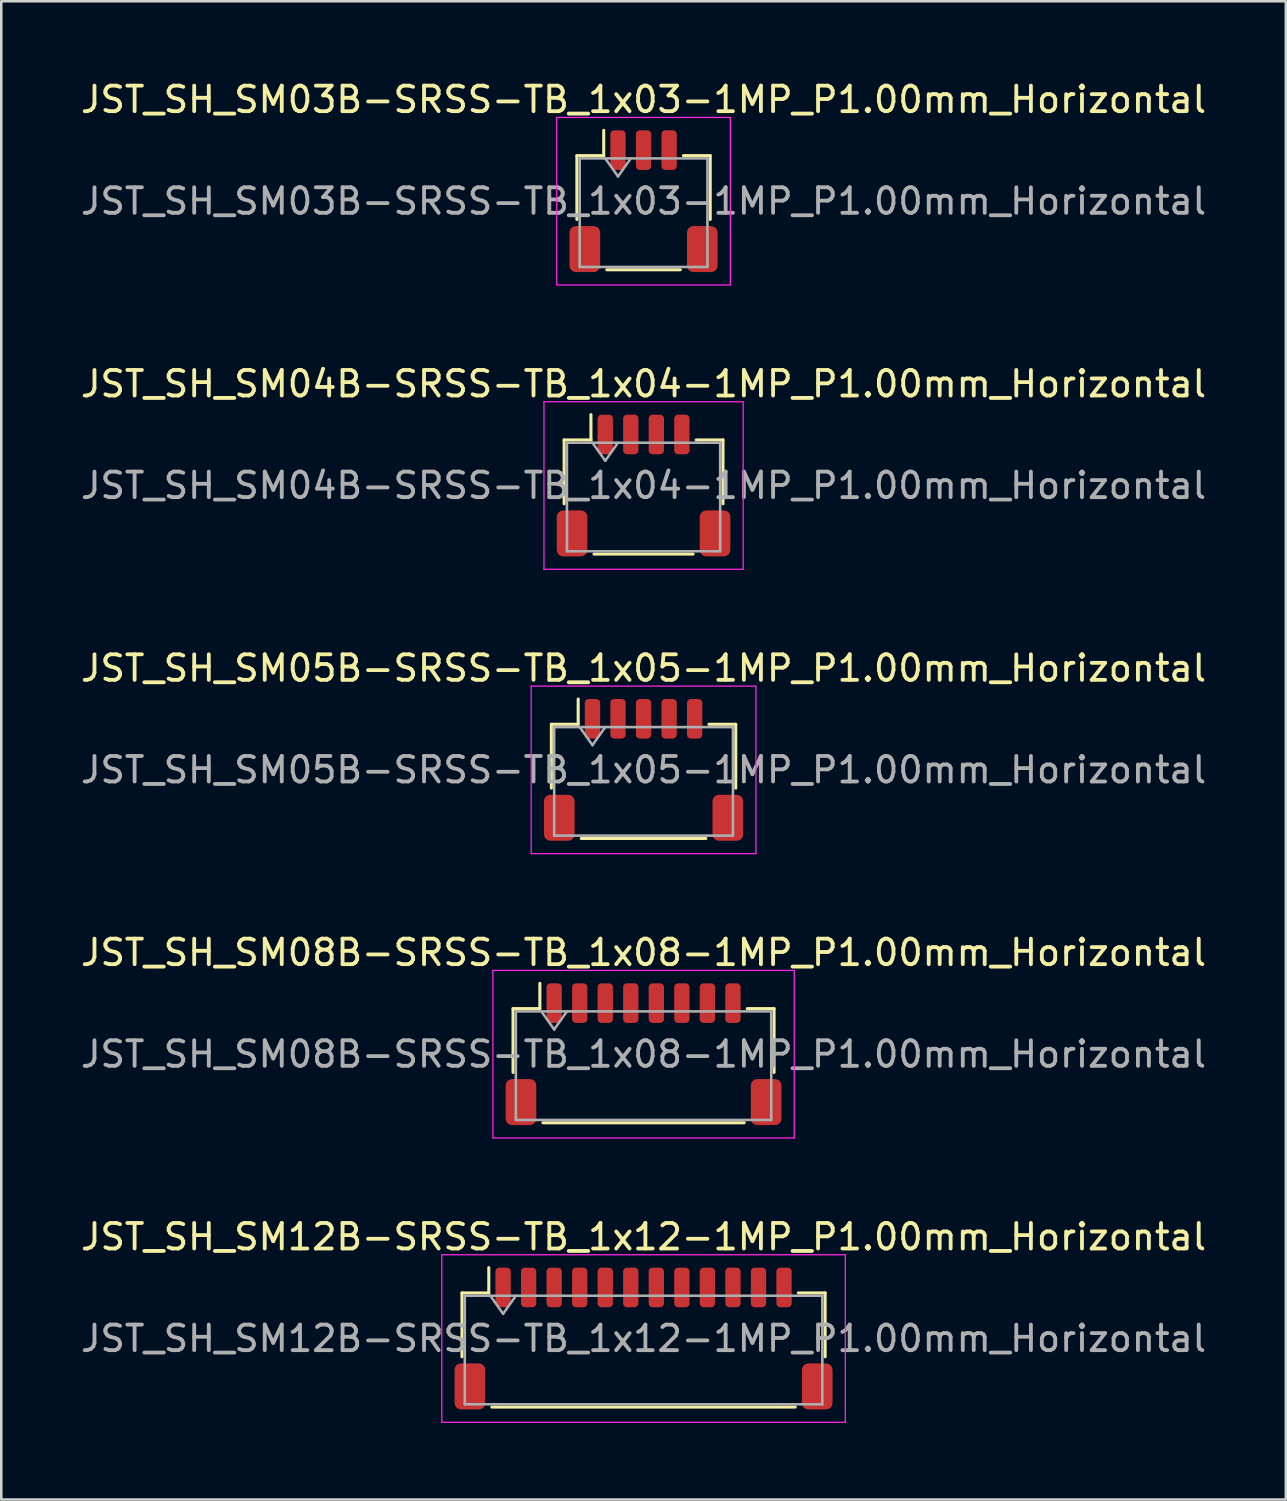
<source format=kicad_pcb>
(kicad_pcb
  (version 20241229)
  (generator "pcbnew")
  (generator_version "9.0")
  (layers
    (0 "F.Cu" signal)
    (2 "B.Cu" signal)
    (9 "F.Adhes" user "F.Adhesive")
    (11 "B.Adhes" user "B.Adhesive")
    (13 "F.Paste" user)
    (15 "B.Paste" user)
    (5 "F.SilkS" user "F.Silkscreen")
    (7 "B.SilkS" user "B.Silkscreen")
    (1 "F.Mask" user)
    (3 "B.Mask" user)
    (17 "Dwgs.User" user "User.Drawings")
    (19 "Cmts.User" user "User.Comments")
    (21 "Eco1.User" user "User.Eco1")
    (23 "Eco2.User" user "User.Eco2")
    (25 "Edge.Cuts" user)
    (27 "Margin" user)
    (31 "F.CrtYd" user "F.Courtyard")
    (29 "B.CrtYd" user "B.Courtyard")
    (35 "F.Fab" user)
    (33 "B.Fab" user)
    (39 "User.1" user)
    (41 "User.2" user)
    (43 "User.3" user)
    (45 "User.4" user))
  (footprint "JST_SH_SM03B-SRSS-TB_1x03-1MP_P1.00mm_Horizontal"
    (layer "F.Cu")
    (at 22.149 4.828)
    (property "Reference" "JST_SH_SM03B-SRSS-TB_1x03-1MP_P1.00mm_Horizontal" (at 0 -3.98 0) (layer "F.SilkS") (effects (font (size 1 1) (thickness 0.15))))
    (attr smd)
    (fp_line (start -2.61 -1.785) (end -1.56 -1.785) (stroke (width 0.12) (type solid)) (layer "F.SilkS"))
    (fp_line (start -2.61 0.715) (end -2.61 -1.785) (stroke (width 0.12) (type solid)) (layer "F.SilkS"))
    (fp_line (start -1.56 -1.785) (end -1.56 -2.775) (stroke (width 0.12) (type solid)) (layer "F.SilkS"))
    (fp_line (start -1.44 2.685) (end 1.44 2.685) (stroke (width 0.12) (type solid)) (layer "F.SilkS"))
    (fp_line (start 2.61 -1.785) (end 1.56 -1.785) (stroke (width 0.12) (type solid)) (layer "F.SilkS"))
    (fp_line (start 2.61 0.715) (end 2.61 -1.785) (stroke (width 0.12) (type solid)) (layer "F.SilkS"))
    (fp_line (start -3.4 -3.28) (end -3.4 3.28) (stroke (width 0.05) (type solid)) (layer "F.CrtYd"))
    (fp_line (start -3.4 3.28) (end 3.4 3.28) (stroke (width 0.05) (type solid)) (layer "F.CrtYd"))
    (fp_line (start 3.4 -3.28) (end -3.4 -3.28) (stroke (width 0.05) (type solid)) (layer "F.CrtYd"))
    (fp_line (start 3.4 3.28) (end 3.4 -3.28) (stroke (width 0.05) (type solid)) (layer "F.CrtYd"))
    (fp_line (start -2.5 -1.675) (end -2.5 2.575) (stroke (width 0.1) (type solid)) (layer "F.Fab"))
    (fp_line (start -2.5 -1.675) (end 2.5 -1.675) (stroke (width 0.1) (type solid)) (layer "F.Fab"))
    (fp_line (start -2.5 2.575) (end 2.5 2.575) (stroke (width 0.1) (type solid)) (layer "F.Fab"))
    (fp_line (start -1.5 -1.675) (end -1 -0.968) (stroke (width 0.1) (type solid)) (layer "F.Fab"))
    (fp_line (start -1 -0.968) (end -0.5 -1.675) (stroke (width 0.1) (type solid)) (layer "F.Fab"))
    (fp_line (start 2.5 -1.675) (end 2.5 2.575) (stroke (width 0.1) (type solid)) (layer "F.Fab"))
    (fp_text user "${REFERENCE}" (at 0 0 0) (layer "F.Fab") (effects (font (size 1 1) (thickness 0.15))))
    (pad "1" smd roundrect (at -1 -2) (size 0.6 1.55) (layers "F.Cu" "F.Mask" "F.Paste") (roundrect_rratio 0.25))
    (pad "2" smd roundrect (at 0 -2) (size 0.6 1.55) (layers "F.Cu" "F.Mask" "F.Paste") (roundrect_rratio 0.25))
    (pad "3" smd roundrect (at 1 -2) (size 0.6 1.55) (layers "F.Cu" "F.Mask" "F.Paste") (roundrect_rratio 0.25))
    (pad "MP" smd roundrect (at -2.3 1.875) (size 1.2 1.8) (layers "F.Cu" "F.Mask" "F.Paste") (roundrect_rratio 0.208))
    (pad "MP" smd roundrect (at 2.3 1.875) (size 1.2 1.8) (layers "F.Cu" "F.Mask" "F.Paste") (roundrect_rratio 0.208)))
  (footprint "JST_SH_SM08B-SRSS-TB_1x08-1MP_P1.00mm_Horizontal"
    (layer "F.Cu")
    (at 22.149 38.228)
    (property "Reference" "JST_SH_SM08B-SRSS-TB_1x08-1MP_P1.00mm_Horizontal" (at 0 -3.98 0) (layer "F.SilkS") (effects (font (size 1 1) (thickness 0.15))))
    (attr smd)
    (fp_line (start -5.11 -1.785) (end -4.06 -1.785) (stroke (width 0.12) (type solid)) (layer "F.SilkS"))
    (fp_line (start -5.11 0.715) (end -5.11 -1.785) (stroke (width 0.12) (type solid)) (layer "F.SilkS"))
    (fp_line (start -4.06 -1.785) (end -4.06 -2.775) (stroke (width 0.12) (type solid)) (layer "F.SilkS"))
    (fp_line (start -3.94 2.685) (end 3.94 2.685) (stroke (width 0.12) (type solid)) (layer "F.SilkS"))
    (fp_line (start 5.11 -1.785) (end 4.06 -1.785) (stroke (width 0.12) (type solid)) (layer "F.SilkS"))
    (fp_line (start 5.11 0.715) (end 5.11 -1.785) (stroke (width 0.12) (type solid)) (layer "F.SilkS"))
    (fp_line (start -5.9 -3.28) (end -5.9 3.28) (stroke (width 0.05) (type solid)) (layer "F.CrtYd"))
    (fp_line (start -5.9 3.28) (end 5.9 3.28) (stroke (width 0.05) (type solid)) (layer "F.CrtYd"))
    (fp_line (start 5.9 -3.28) (end -5.9 -3.28) (stroke (width 0.05) (type solid)) (layer "F.CrtYd"))
    (fp_line (start 5.9 3.28) (end 5.9 -3.28) (stroke (width 0.05) (type solid)) (layer "F.CrtYd"))
    (fp_line (start -5 -1.675) (end -5 2.575) (stroke (width 0.1) (type solid)) (layer "F.Fab"))
    (fp_line (start -5 -1.675) (end 5 -1.675) (stroke (width 0.1) (type solid)) (layer "F.Fab"))
    (fp_line (start -5 2.575) (end 5 2.575) (stroke (width 0.1) (type solid)) (layer "F.Fab"))
    (fp_line (start -4 -1.675) (end -3.5 -0.968) (stroke (width 0.1) (type solid)) (layer "F.Fab"))
    (fp_line (start -3.5 -0.968) (end -3 -1.675) (stroke (width 0.1) (type solid)) (layer "F.Fab"))
    (fp_line (start 5 -1.675) (end 5 2.575) (stroke (width 0.1) (type solid)) (layer "F.Fab"))
    (fp_text user "${REFERENCE}" (at 0 0 0) (layer "F.Fab") (effects (font (size 1 1) (thickness 0.15))))
    (pad "1" smd roundrect (at -3.5 -2) (size 0.6 1.55) (layers "F.Cu" "F.Mask" "F.Paste") (roundrect_rratio 0.25))
    (pad "2" smd roundrect (at -2.5 -2) (size 0.6 1.55) (layers "F.Cu" "F.Mask" "F.Paste") (roundrect_rratio 0.25))
    (pad "3" smd roundrect (at -1.5 -2) (size 0.6 1.55) (layers "F.Cu" "F.Mask" "F.Paste") (roundrect_rratio 0.25))
    (pad "4" smd roundrect (at -0.5 -2) (size 0.6 1.55) (layers "F.Cu" "F.Mask" "F.Paste") (roundrect_rratio 0.25))
    (pad "5" smd roundrect (at 0.5 -2) (size 0.6 1.55) (layers "F.Cu" "F.Mask" "F.Paste") (roundrect_rratio 0.25))
    (pad "6" smd roundrect (at 1.5 -2) (size 0.6 1.55) (layers "F.Cu" "F.Mask" "F.Paste") (roundrect_rratio 0.25))
    (pad "7" smd roundrect (at 2.5 -2) (size 0.6 1.55) (layers "F.Cu" "F.Mask" "F.Paste") (roundrect_rratio 0.25))
    (pad "8" smd roundrect (at 3.5 -2) (size 0.6 1.55) (layers "F.Cu" "F.Mask" "F.Paste") (roundrect_rratio 0.25))
    (pad "MP" smd roundrect (at -4.8 1.875) (size 1.2 1.8) (layers "F.Cu" "F.Mask" "F.Paste") (roundrect_rratio 0.208))
    (pad "MP" smd roundrect (at 4.8 1.875) (size 1.2 1.8) (layers "F.Cu" "F.Mask" "F.Paste") (roundrect_rratio 0.208)))
  (footprint "JST_SH_SM05B-SRSS-TB_1x05-1MP_P1.00mm_Horizontal"
    (layer "F.Cu")
    (at 22.149 27.095)
    (property "Reference" "JST_SH_SM05B-SRSS-TB_1x05-1MP_P1.00mm_Horizontal" (at 0 -3.98 0) (layer "F.SilkS") (effects (font (size 1 1) (thickness 0.15))))
    (attr smd)
    (fp_line (start -3.61 -1.785) (end -2.56 -1.785) (stroke (width 0.12) (type solid)) (layer "F.SilkS"))
    (fp_line (start -3.61 0.715) (end -3.61 -1.785) (stroke (width 0.12) (type solid)) (layer "F.SilkS"))
    (fp_line (start -2.56 -1.785) (end -2.56 -2.775) (stroke (width 0.12) (type solid)) (layer "F.SilkS"))
    (fp_line (start -2.44 2.685) (end 2.44 2.685) (stroke (width 0.12) (type solid)) (layer "F.SilkS"))
    (fp_line (start 3.61 -1.785) (end 2.56 -1.785) (stroke (width 0.12) (type solid)) (layer "F.SilkS"))
    (fp_line (start 3.61 0.715) (end 3.61 -1.785) (stroke (width 0.12) (type solid)) (layer "F.SilkS"))
    (fp_line (start -4.4 -3.28) (end -4.4 3.28) (stroke (width 0.05) (type solid)) (layer "F.CrtYd"))
    (fp_line (start -4.4 3.28) (end 4.4 3.28) (stroke (width 0.05) (type solid)) (layer "F.CrtYd"))
    (fp_line (start 4.4 -3.28) (end -4.4 -3.28) (stroke (width 0.05) (type solid)) (layer "F.CrtYd"))
    (fp_line (start 4.4 3.28) (end 4.4 -3.28) (stroke (width 0.05) (type solid)) (layer "F.CrtYd"))
    (fp_line (start -3.5 -1.675) (end -3.5 2.575) (stroke (width 0.1) (type solid)) (layer "F.Fab"))
    (fp_line (start -3.5 -1.675) (end 3.5 -1.675) (stroke (width 0.1) (type solid)) (layer "F.Fab"))
    (fp_line (start -3.5 2.575) (end 3.5 2.575) (stroke (width 0.1) (type solid)) (layer "F.Fab"))
    (fp_line (start -2.5 -1.675) (end -2 -0.968) (stroke (width 0.1) (type solid)) (layer "F.Fab"))
    (fp_line (start -2 -0.968) (end -1.5 -1.675) (stroke (width 0.1) (type solid)) (layer "F.Fab"))
    (fp_line (start 3.5 -1.675) (end 3.5 2.575) (stroke (width 0.1) (type solid)) (layer "F.Fab"))
    (fp_text user "${REFERENCE}" (at 0 0 0) (layer "F.Fab") (effects (font (size 1 1) (thickness 0.15))))
    (pad "1" smd roundrect (at -2 -2) (size 0.6 1.55) (layers "F.Cu" "F.Mask" "F.Paste") (roundrect_rratio 0.25))
    (pad "2" smd roundrect (at -1 -2) (size 0.6 1.55) (layers "F.Cu" "F.Mask" "F.Paste") (roundrect_rratio 0.25))
    (pad "3" smd roundrect (at 0 -2) (size 0.6 1.55) (layers "F.Cu" "F.Mask" "F.Paste") (roundrect_rratio 0.25))
    (pad "4" smd roundrect (at 1 -2) (size 0.6 1.55) (layers "F.Cu" "F.Mask" "F.Paste") (roundrect_rratio 0.25))
    (pad "5" smd roundrect (at 2 -2) (size 0.6 1.55) (layers "F.Cu" "F.Mask" "F.Paste") (roundrect_rratio 0.25))
    (pad "MP" smd roundrect (at -3.3 1.875) (size 1.2 1.8) (layers "F.Cu" "F.Mask" "F.Paste") (roundrect_rratio 0.208))
    (pad "MP" smd roundrect (at 3.3 1.875) (size 1.2 1.8) (layers "F.Cu" "F.Mask" "F.Paste") (roundrect_rratio 0.208)))
  (footprint "JST_SH_SM04B-SRSS-TB_1x04-1MP_P1.00mm_Horizontal"
    (layer "F.Cu")
    (at 22.149 15.961)
    (property "Reference" "JST_SH_SM04B-SRSS-TB_1x04-1MP_P1.00mm_Horizontal" (at 0 -3.98 0) (layer "F.SilkS") (effects (font (size 1 1) (thickness 0.15))))
    (attr smd)
    (fp_line (start -3.11 -1.785) (end -2.06 -1.785) (stroke (width 0.12) (type solid)) (layer "F.SilkS"))
    (fp_line (start -3.11 0.715) (end -3.11 -1.785) (stroke (width 0.12) (type solid)) (layer "F.SilkS"))
    (fp_line (start -2.06 -1.785) (end -2.06 -2.775) (stroke (width 0.12) (type solid)) (layer "F.SilkS"))
    (fp_line (start -1.94 2.685) (end 1.94 2.685) (stroke (width 0.12) (type solid)) (layer "F.SilkS"))
    (fp_line (start 3.11 -1.785) (end 2.06 -1.785) (stroke (width 0.12) (type solid)) (layer "F.SilkS"))
    (fp_line (start 3.11 0.715) (end 3.11 -1.785) (stroke (width 0.12) (type solid)) (layer "F.SilkS"))
    (fp_line (start -3.9 -3.28) (end -3.9 3.28) (stroke (width 0.05) (type solid)) (layer "F.CrtYd"))
    (fp_line (start -3.9 3.28) (end 3.9 3.28) (stroke (width 0.05) (type solid)) (layer "F.CrtYd"))
    (fp_line (start 3.9 -3.28) (end -3.9 -3.28) (stroke (width 0.05) (type solid)) (layer "F.CrtYd"))
    (fp_line (start 3.9 3.28) (end 3.9 -3.28) (stroke (width 0.05) (type solid)) (layer "F.CrtYd"))
    (fp_line (start -3 -1.675) (end -3 2.575) (stroke (width 0.1) (type solid)) (layer "F.Fab"))
    (fp_line (start -3 -1.675) (end 3 -1.675) (stroke (width 0.1) (type solid)) (layer "F.Fab"))
    (fp_line (start -3 2.575) (end 3 2.575) (stroke (width 0.1) (type solid)) (layer "F.Fab"))
    (fp_line (start -2 -1.675) (end -1.5 -0.968) (stroke (width 0.1) (type solid)) (layer "F.Fab"))
    (fp_line (start -1.5 -0.968) (end -1 -1.675) (stroke (width 0.1) (type solid)) (layer "F.Fab"))
    (fp_line (start 3 -1.675) (end 3 2.575) (stroke (width 0.1) (type solid)) (layer "F.Fab"))
    (fp_text user "${REFERENCE}" (at 0 0 0) (layer "F.Fab") (effects (font (size 1 1) (thickness 0.15))))
    (pad "1" smd roundrect (at -1.5 -2) (size 0.6 1.55) (layers "F.Cu" "F.Mask" "F.Paste") (roundrect_rratio 0.25))
    (pad "2" smd roundrect (at -0.5 -2) (size 0.6 1.55) (layers "F.Cu" "F.Mask" "F.Paste") (roundrect_rratio 0.25))
    (pad "3" smd roundrect (at 0.5 -2) (size 0.6 1.55) (layers "F.Cu" "F.Mask" "F.Paste") (roundrect_rratio 0.25))
    (pad "4" smd roundrect (at 1.5 -2) (size 0.6 1.55) (layers "F.Cu" "F.Mask" "F.Paste") (roundrect_rratio 0.25))
    (pad "MP" smd roundrect (at -2.8 1.875) (size 1.2 1.8) (layers "F.Cu" "F.Mask" "F.Paste") (roundrect_rratio 0.208))
    (pad "MP" smd roundrect (at 2.8 1.875) (size 1.2 1.8) (layers "F.Cu" "F.Mask" "F.Paste") (roundrect_rratio 0.208)))
  (footprint "JST_SH_SM12B-SRSS-TB_1x12-1MP_P1.00mm_Horizontal"
    (layer "F.Cu")
    (at 22.149 49.361)
    (property "Reference" "JST_SH_SM12B-SRSS-TB_1x12-1MP_P1.00mm_Horizontal" (at 0 -3.98 0) (layer "F.SilkS") (effects (font (size 1 1) (thickness 0.15))))
    (attr smd)
    (fp_line (start -7.11 -1.785) (end -6.06 -1.785) (stroke (width 0.12) (type solid)) (layer "F.SilkS"))
    (fp_line (start -7.11 0.715) (end -7.11 -1.785) (stroke (width 0.12) (type solid)) (layer "F.SilkS"))
    (fp_line (start -6.06 -1.785) (end -6.06 -2.775) (stroke (width 0.12) (type solid)) (layer "F.SilkS"))
    (fp_line (start -5.94 2.685) (end 5.94 2.685) (stroke (width 0.12) (type solid)) (layer "F.SilkS"))
    (fp_line (start 7.11 -1.785) (end 6.06 -1.785) (stroke (width 0.12) (type solid)) (layer "F.SilkS"))
    (fp_line (start 7.11 0.715) (end 7.11 -1.785) (stroke (width 0.12) (type solid)) (layer "F.SilkS"))
    (fp_line (start -7.9 -3.28) (end -7.9 3.28) (stroke (width 0.05) (type solid)) (layer "F.CrtYd"))
    (fp_line (start -7.9 3.28) (end 7.9 3.28) (stroke (width 0.05) (type solid)) (layer "F.CrtYd"))
    (fp_line (start 7.9 -3.28) (end -7.9 -3.28) (stroke (width 0.05) (type solid)) (layer "F.CrtYd"))
    (fp_line (start 7.9 3.28) (end 7.9 -3.28) (stroke (width 0.05) (type solid)) (layer "F.CrtYd"))
    (fp_line (start -7 -1.675) (end -7 2.575) (stroke (width 0.1) (type solid)) (layer "F.Fab"))
    (fp_line (start -7 -1.675) (end 7 -1.675) (stroke (width 0.1) (type solid)) (layer "F.Fab"))
    (fp_line (start -7 2.575) (end 7 2.575) (stroke (width 0.1) (type solid)) (layer "F.Fab"))
    (fp_line (start -6 -1.675) (end -5.5 -0.968) (stroke (width 0.1) (type solid)) (layer "F.Fab"))
    (fp_line (start -5.5 -0.968) (end -5 -1.675) (stroke (width 0.1) (type solid)) (layer "F.Fab"))
    (fp_line (start 7 -1.675) (end 7 2.575) (stroke (width 0.1) (type solid)) (layer "F.Fab"))
    (fp_text user "${REFERENCE}" (at 0 0 0) (layer "F.Fab") (effects (font (size 1 1) (thickness 0.15))))
    (pad "1" smd roundrect (at -5.5 -2) (size 0.6 1.55) (layers "F.Cu" "F.Mask" "F.Paste") (roundrect_rratio 0.25))
    (pad "2" smd roundrect (at -4.5 -2) (size 0.6 1.55) (layers "F.Cu" "F.Mask" "F.Paste") (roundrect_rratio 0.25))
    (pad "3" smd roundrect (at -3.5 -2) (size 0.6 1.55) (layers "F.Cu" "F.Mask" "F.Paste") (roundrect_rratio 0.25))
    (pad "4" smd roundrect (at -2.5 -2) (size 0.6 1.55) (layers "F.Cu" "F.Mask" "F.Paste") (roundrect_rratio 0.25))
    (pad "5" smd roundrect (at -1.5 -2) (size 0.6 1.55) (layers "F.Cu" "F.Mask" "F.Paste") (roundrect_rratio 0.25))
    (pad "6" smd roundrect (at -0.5 -2) (size 0.6 1.55) (layers "F.Cu" "F.Mask" "F.Paste") (roundrect_rratio 0.25))
    (pad "7" smd roundrect (at 0.5 -2) (size 0.6 1.55) (layers "F.Cu" "F.Mask" "F.Paste") (roundrect_rratio 0.25))
    (pad "8" smd roundrect (at 1.5 -2) (size 0.6 1.55) (layers "F.Cu" "F.Mask" "F.Paste") (roundrect_rratio 0.25))
    (pad "9" smd roundrect (at 2.5 -2) (size 0.6 1.55) (layers "F.Cu" "F.Mask" "F.Paste") (roundrect_rratio 0.25))
    (pad "10" smd roundrect (at 3.5 -2) (size 0.6 1.55) (layers "F.Cu" "F.Mask" "F.Paste") (roundrect_rratio 0.25))
    (pad "11" smd roundrect (at 4.5 -2) (size 0.6 1.55) (layers "F.Cu" "F.Mask" "F.Paste") (roundrect_rratio 0.25))
    (pad "12" smd roundrect (at 5.5 -2) (size 0.6 1.55) (layers "F.Cu" "F.Mask" "F.Paste") (roundrect_rratio 0.25))
    (pad "MP" smd roundrect (at -6.8 1.875) (size 1.2 1.8) (layers "F.Cu" "F.Mask" "F.Paste") (roundrect_rratio 0.208))
    (pad "MP" smd roundrect (at 6.8 1.875) (size 1.2 1.8) (layers "F.Cu" "F.Mask" "F.Paste") (roundrect_rratio 0.208)))
  (gr_rect
    (start -3 -3)
    (end 47.298 55.666)
    (stroke (width 0.1) (type default))
    (fill no)
    (layer "Edge.Cuts")))
</source>
